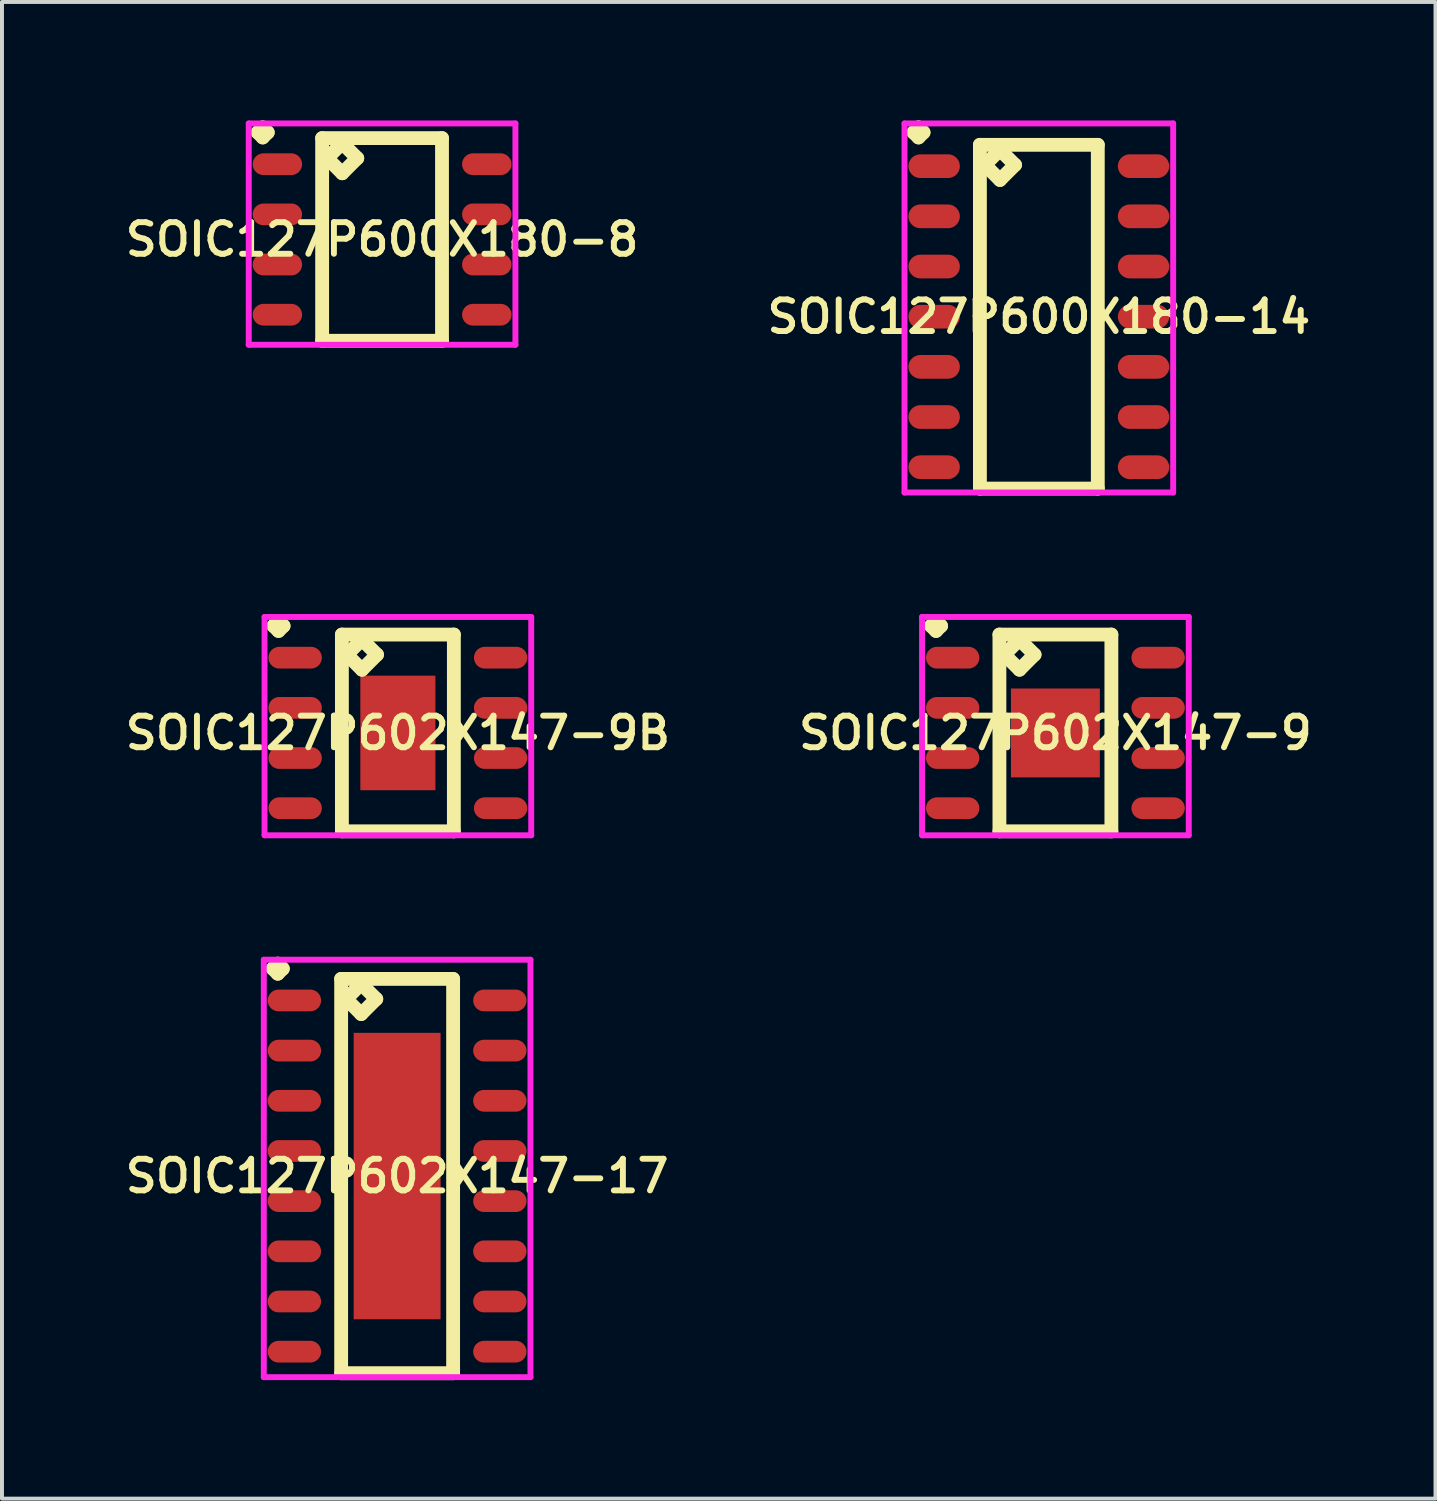
<source format=kicad_pcb>
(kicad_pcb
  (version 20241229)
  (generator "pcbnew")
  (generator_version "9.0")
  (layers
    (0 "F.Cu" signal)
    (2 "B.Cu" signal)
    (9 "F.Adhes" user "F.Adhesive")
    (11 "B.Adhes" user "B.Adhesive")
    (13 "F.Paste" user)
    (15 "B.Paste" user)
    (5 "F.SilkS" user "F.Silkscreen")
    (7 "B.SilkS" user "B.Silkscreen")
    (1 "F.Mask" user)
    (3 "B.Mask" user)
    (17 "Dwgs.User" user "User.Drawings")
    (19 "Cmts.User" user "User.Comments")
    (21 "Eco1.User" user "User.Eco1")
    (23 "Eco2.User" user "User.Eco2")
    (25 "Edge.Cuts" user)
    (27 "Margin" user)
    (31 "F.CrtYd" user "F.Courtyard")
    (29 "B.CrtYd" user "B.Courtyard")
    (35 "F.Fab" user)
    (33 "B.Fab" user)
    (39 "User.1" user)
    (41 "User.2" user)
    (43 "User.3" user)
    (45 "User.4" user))
  (footprint "SOIC127P600X180-8"
    (layer "F.Cu")
    (at 6.621 3.011)
    (property "Reference" "SOIC127P600X180-8" (at 0 0 0) (layer "F.SilkS") (effects (font (size 0.8 0.8) (thickness 0.15))))
    (attr smd)
    (fp_line (start -3.148 -2.709) (end -3.021 -2.836) (stroke (width 0.35) (type solid)) (layer "F.SilkS"))
    (fp_line (start -3.021 -2.836) (end -2.894 -2.709) (stroke (width 0.35) (type solid)) (layer "F.SilkS"))
    (fp_line (start -3.021 -2.582) (end -3.148 -2.709) (stroke (width 0.35) (type solid)) (layer "F.SilkS"))
    (fp_line (start -2.894 -2.709) (end -3.021 -2.582) (stroke (width 0.35) (type solid)) (layer "F.SilkS"))
    (fp_line (start -1.517 -2.565) (end -1.517 2.565) (stroke (width 0.35) (type solid)) (layer "F.SilkS"))
    (fp_line (start -1.517 2.565) (end 1.517 2.565) (stroke (width 0.35) (type solid)) (layer "F.SilkS"))
    (fp_line (start -1.39 -2.057) (end -1.009 -2.438) (stroke (width 0.35) (type solid)) (layer "F.SilkS"))
    (fp_line (start -1.009 -2.438) (end -0.628 -2.057) (stroke (width 0.35) (type solid)) (layer "F.SilkS"))
    (fp_line (start -1.009 -1.676) (end -1.39 -2.057) (stroke (width 0.35) (type solid)) (layer "F.SilkS"))
    (fp_line (start -0.628 -2.057) (end -1.009 -1.676) (stroke (width 0.35) (type solid)) (layer "F.SilkS"))
    (fp_line (start 1.517 -2.565) (end -1.517 -2.565) (stroke (width 0.35) (type solid)) (layer "F.SilkS"))
    (fp_line (start 1.517 2.565) (end 1.517 -2.565) (stroke (width 0.35) (type solid)) (layer "F.SilkS"))
    (fp_line (start -3.375 -2.936) (end 3.375 -2.936) (stroke (width 0.15) (type solid)) (layer "F.CrtYd"))
    (fp_line (start -3.375 2.665) (end -3.375 -2.936) (stroke (width 0.15) (type solid)) (layer "F.CrtYd"))
    (fp_line (start 3.375 -2.936) (end 3.375 2.665) (stroke (width 0.15) (type solid)) (layer "F.CrtYd"))
    (fp_line (start 3.375 2.665) (end -3.375 2.665) (stroke (width 0.15) (type solid)) (layer "F.CrtYd"))
    (pad "1" smd oval (at -2.65 -1.905) (size 1.25 0.55) (layers "F.Cu" "F.Mask" "F.Paste"))
    (pad "2" smd oval (at -2.65 -0.635) (size 1.25 0.55) (layers "F.Cu" "F.Mask" "F.Paste"))
    (pad "3" smd oval (at -2.65 0.635) (size 1.25 0.55) (layers "F.Cu" "F.Mask" "F.Paste"))
    (pad "4" smd oval (at -2.65 1.905) (size 1.25 0.55) (layers "F.Cu" "F.Mask" "F.Paste"))
    (pad "5" smd oval (at 2.65 1.905) (size 1.25 0.55) (layers "F.Cu" "F.Mask" "F.Paste"))
    (pad "6" smd oval (at 2.65 0.635) (size 1.25 0.55) (layers "F.Cu" "F.Mask" "F.Paste"))
    (pad "7" smd oval (at 2.65 -0.635) (size 1.25 0.55) (layers "F.Cu" "F.Mask" "F.Paste"))
    (pad "8" smd oval (at 2.65 -1.905) (size 1.25 0.55) (layers "F.Cu" "F.Mask" "F.Paste")))
  (footprint "SOIC127P602X147-9"
    (layer "F.Cu")
    (at 23.664 15.502)
    (property "Reference" "SOIC127P602X147-9" (at 0 0 0) (layer "F.SilkS") (effects (font (size 0.8 0.8) (thickness 0.15))))
    (attr smd)
    (fp_line (start -3.148 -2.709) (end -3.021 -2.836) (stroke (width 0.35) (type solid)) (layer "F.SilkS"))
    (fp_line (start -3.021 -2.836) (end -2.894 -2.709) (stroke (width 0.35) (type solid)) (layer "F.SilkS"))
    (fp_line (start -3.021 -2.582) (end -3.148 -2.709) (stroke (width 0.35) (type solid)) (layer "F.SilkS"))
    (fp_line (start -2.894 -2.709) (end -3.021 -2.582) (stroke (width 0.35) (type solid)) (layer "F.SilkS"))
    (fp_line (start -1.417 -2.49) (end -1.417 2.49) (stroke (width 0.35) (type solid)) (layer "F.SilkS"))
    (fp_line (start -1.417 2.49) (end 1.417 2.49) (stroke (width 0.35) (type solid)) (layer "F.SilkS"))
    (fp_line (start -1.29 -1.982) (end -0.909 -2.363) (stroke (width 0.35) (type solid)) (layer "F.SilkS"))
    (fp_line (start -0.909 -2.363) (end -0.528 -1.982) (stroke (width 0.35) (type solid)) (layer "F.SilkS"))
    (fp_line (start -0.909 -1.601) (end -1.29 -1.982) (stroke (width 0.35) (type solid)) (layer "F.SilkS"))
    (fp_line (start -0.528 -1.982) (end -0.909 -1.601) (stroke (width 0.35) (type solid)) (layer "F.SilkS"))
    (fp_line (start 1.417 -2.49) (end -1.417 -2.49) (stroke (width 0.35) (type solid)) (layer "F.SilkS"))
    (fp_line (start 1.417 2.49) (end 1.417 -2.49) (stroke (width 0.35) (type solid)) (layer "F.SilkS"))
    (fp_line (start -3.375 -2.936) (end 3.375 -2.936) (stroke (width 0.15) (type solid)) (layer "F.CrtYd"))
    (fp_line (start -3.375 2.59) (end -3.375 -2.936) (stroke (width 0.15) (type solid)) (layer "F.CrtYd"))
    (fp_line (start 3.375 -2.936) (end 3.375 2.59) (stroke (width 0.15) (type solid)) (layer "F.CrtYd"))
    (fp_line (start 3.375 2.59) (end -3.375 2.59) (stroke (width 0.15) (type solid)) (layer "F.CrtYd"))
    (pad "1" smd oval (at -2.6 -1.905) (size 1.35 0.55) (layers "F.Cu" "F.Mask" "F.Paste"))
    (pad "2" smd oval (at -2.6 -0.635) (size 1.35 0.55) (layers "F.Cu" "F.Mask" "F.Paste"))
    (pad "3" smd oval (at -2.6 0.635) (size 1.35 0.55) (layers "F.Cu" "F.Mask" "F.Paste"))
    (pad "4" smd oval (at -2.6 1.905) (size 1.35 0.55) (layers "F.Cu" "F.Mask" "F.Paste"))
    (pad "5" smd oval (at 2.6 1.905) (size 1.35 0.55) (layers "F.Cu" "F.Mask" "F.Paste"))
    (pad "6" smd oval (at 2.6 0.635) (size 1.35 0.55) (layers "F.Cu" "F.Mask" "F.Paste"))
    (pad "7" smd oval (at 2.6 -0.635) (size 1.35 0.55) (layers "F.Cu" "F.Mask" "F.Paste"))
    (pad "8" smd oval (at 2.6 -1.905) (size 1.35 0.55) (layers "F.Cu" "F.Mask" "F.Paste"))
    (pad "9" smd rect (at 0 0) (size 2.25 2.25) (layers "F.Cu" "F.Mask" "F.Paste")))
  (footprint "SOIC127P602X147-17"
    (layer "F.Cu")
    (at 7.002 26.718)
    (property "Reference" "SOIC127P602X147-17" (at 0 0 0) (layer "F.SilkS") (effects (font (size 0.8 0.8) (thickness 0.15))))
    (attr smd)
    (fp_line (start -3.148 -5.249) (end -3.021 -5.376) (stroke (width 0.35) (type solid)) (layer "F.SilkS"))
    (fp_line (start -3.021 -5.376) (end -2.894 -5.249) (stroke (width 0.35) (type solid)) (layer "F.SilkS"))
    (fp_line (start -3.021 -5.122) (end -3.148 -5.249) (stroke (width 0.35) (type solid)) (layer "F.SilkS"))
    (fp_line (start -2.894 -5.249) (end -3.021 -5.122) (stroke (width 0.35) (type solid)) (layer "F.SilkS"))
    (fp_line (start -1.417 -4.99) (end -1.417 4.99) (stroke (width 0.35) (type solid)) (layer "F.SilkS"))
    (fp_line (start -1.417 4.99) (end 1.417 4.99) (stroke (width 0.35) (type solid)) (layer "F.SilkS"))
    (fp_line (start -1.29 -4.482) (end -0.909 -4.863) (stroke (width 0.35) (type solid)) (layer "F.SilkS"))
    (fp_line (start -0.909 -4.863) (end -0.528 -4.482) (stroke (width 0.35) (type solid)) (layer "F.SilkS"))
    (fp_line (start -0.909 -4.101) (end -1.29 -4.482) (stroke (width 0.35) (type solid)) (layer "F.SilkS"))
    (fp_line (start -0.528 -4.482) (end -0.909 -4.101) (stroke (width 0.35) (type solid)) (layer "F.SilkS"))
    (fp_line (start 1.417 -4.99) (end -1.417 -4.99) (stroke (width 0.35) (type solid)) (layer "F.SilkS"))
    (fp_line (start 1.417 4.99) (end 1.417 -4.99) (stroke (width 0.35) (type solid)) (layer "F.SilkS"))
    (fp_line (start -3.375 -5.476) (end 3.375 -5.476) (stroke (width 0.15) (type solid)) (layer "F.CrtYd"))
    (fp_line (start -3.375 5.09) (end -3.375 -5.476) (stroke (width 0.15) (type solid)) (layer "F.CrtYd"))
    (fp_line (start 3.375 -5.476) (end 3.375 5.09) (stroke (width 0.15) (type solid)) (layer "F.CrtYd"))
    (fp_line (start 3.375 5.09) (end -3.375 5.09) (stroke (width 0.15) (type solid)) (layer "F.CrtYd"))
    (pad "1" smd oval (at -2.6 -4.445) (size 1.35 0.55) (layers "F.Cu" "F.Mask" "F.Paste"))
    (pad "2" smd oval (at -2.6 -3.175) (size 1.35 0.55) (layers "F.Cu" "F.Mask" "F.Paste"))
    (pad "3" smd oval (at -2.6 -1.905) (size 1.35 0.55) (layers "F.Cu" "F.Mask" "F.Paste"))
    (pad "4" smd oval (at -2.6 -0.635) (size 1.35 0.55) (layers "F.Cu" "F.Mask" "F.Paste"))
    (pad "5" smd oval (at -2.6 0.635) (size 1.35 0.55) (layers "F.Cu" "F.Mask" "F.Paste"))
    (pad "6" smd oval (at -2.6 1.905) (size 1.35 0.55) (layers "F.Cu" "F.Mask" "F.Paste"))
    (pad "7" smd oval (at -2.6 3.175) (size 1.35 0.55) (layers "F.Cu" "F.Mask" "F.Paste"))
    (pad "8" smd oval (at -2.6 4.445) (size 1.35 0.55) (layers "F.Cu" "F.Mask" "F.Paste"))
    (pad "9" smd oval (at 2.6 4.445) (size 1.35 0.55) (layers "F.Cu" "F.Mask" "F.Paste"))
    (pad "10" smd oval (at 2.6 3.175) (size 1.35 0.55) (layers "F.Cu" "F.Mask" "F.Paste"))
    (pad "11" smd oval (at 2.6 1.905) (size 1.35 0.55) (layers "F.Cu" "F.Mask" "F.Paste"))
    (pad "12" smd oval (at 2.6 0.635) (size 1.35 0.55) (layers "F.Cu" "F.Mask" "F.Paste"))
    (pad "13" smd oval (at 2.6 -0.635) (size 1.35 0.55) (layers "F.Cu" "F.Mask" "F.Paste"))
    (pad "14" smd oval (at 2.6 -1.905) (size 1.35 0.55) (layers "F.Cu" "F.Mask" "F.Paste"))
    (pad "15" smd oval (at 2.6 -3.175) (size 1.35 0.55) (layers "F.Cu" "F.Mask" "F.Paste"))
    (pad "16" smd oval (at 2.6 -4.445) (size 1.35 0.55) (layers "F.Cu" "F.Mask" "F.Paste"))
    (pad "17" smd rect (at 0 0) (size 2.2 7.25) (layers "F.Cu" "F.Mask" "F.Paste")))
  (footprint "SOIC127P602X147-9B"
    (layer "F.Cu")
    (at 7.021 15.502)
    (property "Reference" "SOIC127P602X147-9B" (at 0 0 0) (layer "F.SilkS") (effects (font (size 0.8 0.8) (thickness 0.15))))
    (attr smd)
    (fp_line (start -3.148 -2.709) (end -3.021 -2.836) (stroke (width 0.35) (type solid)) (layer "F.SilkS"))
    (fp_line (start -3.021 -2.836) (end -2.894 -2.709) (stroke (width 0.35) (type solid)) (layer "F.SilkS"))
    (fp_line (start -3.021 -2.582) (end -3.148 -2.709) (stroke (width 0.35) (type solid)) (layer "F.SilkS"))
    (fp_line (start -2.894 -2.709) (end -3.021 -2.582) (stroke (width 0.35) (type solid)) (layer "F.SilkS"))
    (fp_line (start -1.417 -2.49) (end -1.417 2.49) (stroke (width 0.35) (type solid)) (layer "F.SilkS"))
    (fp_line (start -1.417 2.49) (end 1.417 2.49) (stroke (width 0.35) (type solid)) (layer "F.SilkS"))
    (fp_line (start -1.29 -1.982) (end -0.909 -2.363) (stroke (width 0.35) (type solid)) (layer "F.SilkS"))
    (fp_line (start -0.909 -2.363) (end -0.528 -1.982) (stroke (width 0.35) (type solid)) (layer "F.SilkS"))
    (fp_line (start -0.909 -1.601) (end -1.29 -1.982) (stroke (width 0.35) (type solid)) (layer "F.SilkS"))
    (fp_line (start -0.528 -1.982) (end -0.909 -1.601) (stroke (width 0.35) (type solid)) (layer "F.SilkS"))
    (fp_line (start 1.417 -2.49) (end -1.417 -2.49) (stroke (width 0.35) (type solid)) (layer "F.SilkS"))
    (fp_line (start 1.417 2.49) (end 1.417 -2.49) (stroke (width 0.35) (type solid)) (layer "F.SilkS"))
    (fp_line (start -3.375 -2.936) (end 3.375 -2.936) (stroke (width 0.15) (type solid)) (layer "F.CrtYd"))
    (fp_line (start -3.375 2.59) (end -3.375 -2.936) (stroke (width 0.15) (type solid)) (layer "F.CrtYd"))
    (fp_line (start 3.375 -2.936) (end 3.375 2.59) (stroke (width 0.15) (type solid)) (layer "F.CrtYd"))
    (fp_line (start 3.375 2.59) (end -3.375 2.59) (stroke (width 0.15) (type solid)) (layer "F.CrtYd"))
    (pad "1" smd oval (at -2.6 -1.905) (size 1.35 0.55) (layers "F.Cu" "F.Mask" "F.Paste"))
    (pad "2" smd oval (at -2.6 -0.635) (size 1.35 0.55) (layers "F.Cu" "F.Mask" "F.Paste"))
    (pad "3" smd oval (at -2.6 0.635) (size 1.35 0.55) (layers "F.Cu" "F.Mask" "F.Paste"))
    (pad "4" smd oval (at -2.6 1.905) (size 1.35 0.55) (layers "F.Cu" "F.Mask" "F.Paste"))
    (pad "5" smd oval (at 2.6 1.905) (size 1.35 0.55) (layers "F.Cu" "F.Mask" "F.Paste"))
    (pad "6" smd oval (at 2.6 0.635) (size 1.35 0.55) (layers "F.Cu" "F.Mask" "F.Paste"))
    (pad "7" smd oval (at 2.6 -0.635) (size 1.35 0.55) (layers "F.Cu" "F.Mask" "F.Paste"))
    (pad "8" smd oval (at 2.6 -1.905) (size 1.35 0.55) (layers "F.Cu" "F.Mask" "F.Paste"))
    (pad "9" smd rect (at 0 0) (size 1.9 2.9) (layers "F.Cu" "F.Mask" "F.Paste")))
  (footprint "SOIC127P600X180-14"
    (layer "F.Cu")
    (at 23.245 4.966)
    (property "Reference" "SOIC127P600X180-14" (at 0 0 0) (layer "F.SilkS") (effects (font (size 0.8 0.8) (thickness 0.15))))
    (attr smd)
    (fp_line (start -3.173 -4.664) (end -3.046 -4.791) (stroke (width 0.35) (type solid)) (layer "F.SilkS"))
    (fp_line (start -3.046 -4.791) (end -2.919 -4.664) (stroke (width 0.35) (type solid)) (layer "F.SilkS"))
    (fp_line (start -3.046 -4.537) (end -3.173 -4.664) (stroke (width 0.35) (type solid)) (layer "F.SilkS"))
    (fp_line (start -2.919 -4.664) (end -3.046 -4.537) (stroke (width 0.35) (type solid)) (layer "F.SilkS"))
    (fp_line (start -1.492 -4.35) (end -1.492 4.35) (stroke (width 0.35) (type solid)) (layer "F.SilkS"))
    (fp_line (start -1.492 4.35) (end 1.492 4.35) (stroke (width 0.35) (type solid)) (layer "F.SilkS"))
    (fp_line (start -1.365 -3.842) (end -0.984 -4.223) (stroke (width 0.35) (type solid)) (layer "F.SilkS"))
    (fp_line (start -0.984 -4.223) (end -0.603 -3.842) (stroke (width 0.35) (type solid)) (layer "F.SilkS"))
    (fp_line (start -0.984 -3.461) (end -1.365 -3.842) (stroke (width 0.35) (type solid)) (layer "F.SilkS"))
    (fp_line (start -0.603 -3.842) (end -0.984 -3.461) (stroke (width 0.35) (type solid)) (layer "F.SilkS"))
    (fp_line (start 1.492 -4.35) (end -1.492 -4.35) (stroke (width 0.35) (type solid)) (layer "F.SilkS"))
    (fp_line (start 1.492 4.35) (end 1.492 -4.35) (stroke (width 0.35) (type solid)) (layer "F.SilkS"))
    (fp_line (start -3.4 -4.891) (end 3.4 -4.891) (stroke (width 0.15) (type solid)) (layer "F.CrtYd"))
    (fp_line (start -3.4 4.45) (end -3.4 -4.891) (stroke (width 0.15) (type solid)) (layer "F.CrtYd"))
    (fp_line (start 3.4 -4.891) (end 3.4 4.45) (stroke (width 0.15) (type solid)) (layer "F.CrtYd"))
    (fp_line (start 3.4 4.45) (end -3.4 4.45) (stroke (width 0.15) (type solid)) (layer "F.CrtYd"))
    (pad "1" smd oval (at -2.65 -3.81) (size 1.3 0.6) (layers "F.Cu" "F.Mask" "F.Paste"))
    (pad "2" smd oval (at -2.65 -2.54) (size 1.3 0.6) (layers "F.Cu" "F.Mask" "F.Paste"))
    (pad "3" smd oval (at -2.65 -1.27) (size 1.3 0.6) (layers "F.Cu" "F.Mask" "F.Paste"))
    (pad "4" smd oval (at -2.65 0) (size 1.3 0.6) (layers "F.Cu" "F.Mask" "F.Paste"))
    (pad "5" smd oval (at -2.65 1.27) (size 1.3 0.6) (layers "F.Cu" "F.Mask" "F.Paste"))
    (pad "6" smd oval (at -2.65 2.54) (size 1.3 0.6) (layers "F.Cu" "F.Mask" "F.Paste"))
    (pad "7" smd oval (at -2.65 3.81) (size 1.3 0.6) (layers "F.Cu" "F.Mask" "F.Paste"))
    (pad "8" smd oval (at 2.65 3.81) (size 1.3 0.6) (layers "F.Cu" "F.Mask" "F.Paste"))
    (pad "9" smd oval (at 2.65 2.54) (size 1.3 0.6) (layers "F.Cu" "F.Mask" "F.Paste"))
    (pad "10" smd oval (at 2.65 1.27) (size 1.3 0.6) (layers "F.Cu" "F.Mask" "F.Paste"))
    (pad "11" smd oval (at 2.65 0) (size 1.3 0.6) (layers "F.Cu" "F.Mask" "F.Paste"))
    (pad "12" smd oval (at 2.65 -1.27) (size 1.3 0.6) (layers "F.Cu" "F.Mask" "F.Paste"))
    (pad "13" smd oval (at 2.65 -2.54) (size 1.3 0.6) (layers "F.Cu" "F.Mask" "F.Paste"))
    (pad "14" smd oval (at 2.65 -3.81) (size 1.3 0.6) (layers "F.Cu" "F.Mask" "F.Paste")))
  (gr_rect
    (start -3 -3)
    (end 33.285 34.883)
    (stroke (width 0.1) (type default))
    (fill no)
    (layer "Edge.Cuts")))
</source>
